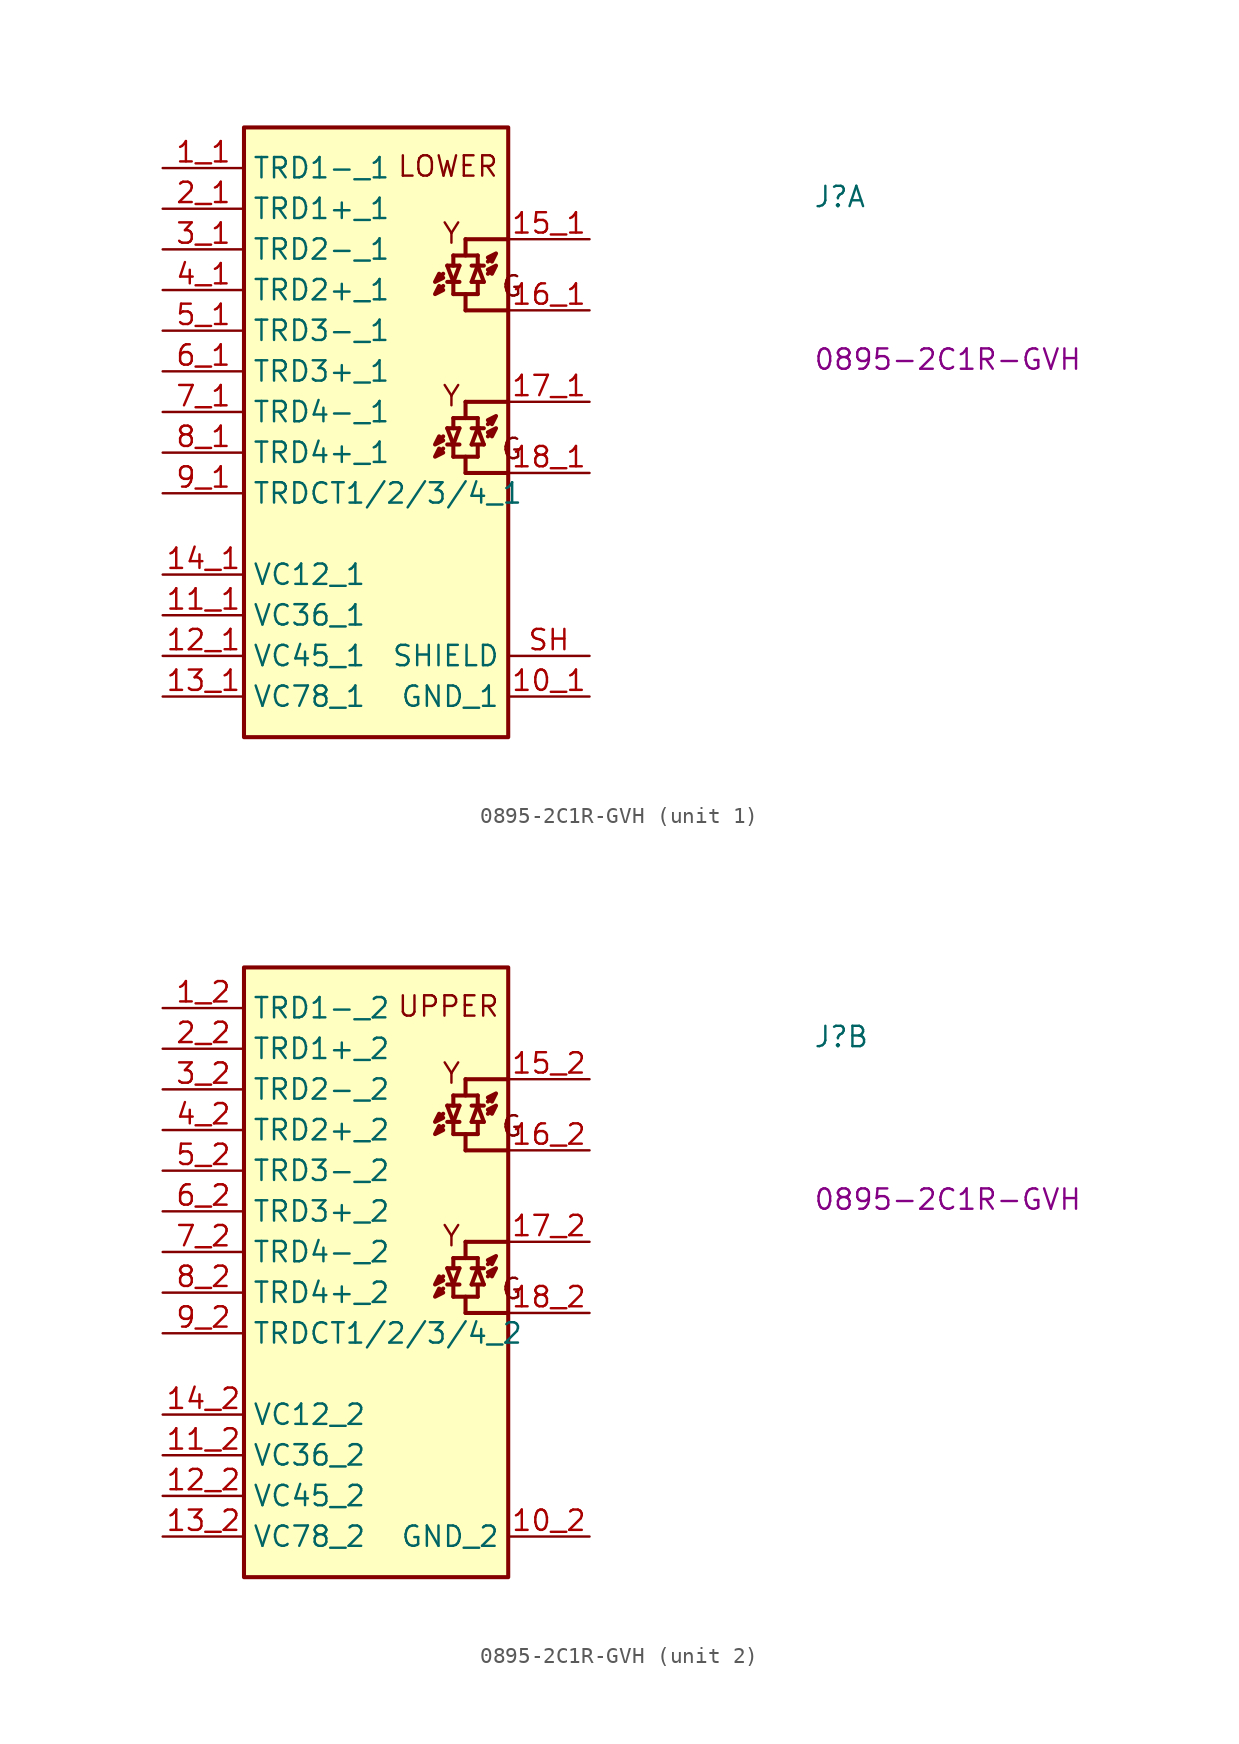
<source format=kicad_sym>
(kicad_symbol_lib
  (version 20220914)
  (generator kicad_symbol_editor)
  (symbol "0895-2C1R-GVH"
    (property "Reference" "J"
      (at 40.64 -2.54 0)
      (effects (font (size 1.27 1.27) (thickness 0.15)) (justify left bottom)))
    (property "MPN" "0895-2C1R-GVH"
      (at 40.64 -12.7 0)
      (effects (font (size 1.27 1.27) (thickness 0.15)) (justify left bottom)))
    (symbol "0895-2C1R-GVH_1_1"
      (polyline (pts (xy 17.526 -17.526) (xy 17.272 -17.78)) (stroke (width 0.254) (type default)) (fill (type background)))
      (polyline (pts (xy 17.526 -16.764) (xy 17.272 -17.018)) (stroke (width 0.254) (type default)) (fill (type background)))
      (polyline (pts (xy 17.526 -7.366) (xy 17.272 -7.62)) (stroke (width 0.254) (type default)) (fill (type background)))
      (polyline (pts (xy 17.526 -6.604) (xy 17.272 -6.858)) (stroke (width 0.254) (type default)) (fill (type background)))
      (polyline (pts (xy 17.78 -17.272) (xy 18.161 -17.272)) (stroke (width 0.254) (type default)) (fill (type background)))
      (polyline (pts (xy 17.78 -16.256) (xy 18.161 -17.272)) (stroke (width 0.254) (type default)) (fill (type background)))
      (polyline (pts (xy 17.78 -16.256) (xy 18.542 -16.256)) (stroke (width 0.254) (type default)) (fill (type background)))
      (polyline (pts (xy 17.78 -7.112) (xy 18.161 -7.112)) (stroke (width 0.254) (type default)) (fill (type background)))
      (polyline (pts (xy 17.78 -6.096) (xy 18.161 -7.112)) (stroke (width 0.254) (type default)) (fill (type background)))
      (polyline (pts (xy 17.78 -6.096) (xy 18.542 -6.096)) (stroke (width 0.254) (type default)) (fill (type background)))
      (polyline (pts (xy 18.034 -17.272) (xy 18.542 -17.272)) (stroke (width 0.254) (type default)) (fill (type background)))
      (polyline (pts (xy 18.034 -7.112) (xy 18.542 -7.112)) (stroke (width 0.254) (type default)) (fill (type background)))
      (polyline (pts (xy 18.161 -18.034) (xy 19.685 -18.034)) (stroke (width 0.254) (type default)) (fill (type background)))
      (polyline (pts (xy 18.161 -17.399) (xy 18.161 -18.034)) (stroke (width 0.254) (type default)) (fill (type background)))
      (polyline (pts (xy 18.161 -17.272) (xy 18.542 -16.256)) (stroke (width 0.254) (type default)) (fill (type background)))
      (polyline (pts (xy 18.161 -16.256) (xy 18.161 -15.621)) (stroke (width 0.254) (type default)) (fill (type background)))
      (polyline (pts (xy 18.161 -7.874) (xy 19.685 -7.874)) (stroke (width 0.254) (type default)) (fill (type background)))
      (polyline (pts (xy 18.161 -7.239) (xy 18.161 -7.874)) (stroke (width 0.254) (type default)) (fill (type background)))
      (polyline (pts (xy 18.161 -7.112) (xy 18.542 -6.096)) (stroke (width 0.254) (type default)) (fill (type background)))
      (polyline (pts (xy 18.161 -6.096) (xy 18.161 -5.461)) (stroke (width 0.254) (type default)) (fill (type background)))
      (polyline (pts (xy 18.923 -19.05) (xy 18.923 -18.034)) (stroke (width 0.254) (type default)) (fill (type background)))
      (polyline (pts (xy 18.923 -19.05) (xy 21.59 -19.05)) (stroke (width 0.254) (type default)) (fill (type background)))
      (polyline (pts (xy 18.923 -15.621) (xy 18.923 -14.605)) (stroke (width 0.254) (type default)) (fill (type background)))
      (polyline (pts (xy 18.923 -14.605) (xy 21.59 -14.605)) (stroke (width 0.254) (type default)) (fill (type background)))
      (polyline (pts (xy 18.923 -8.89) (xy 18.923 -7.874)) (stroke (width 0.254) (type default)) (fill (type background)))
      (polyline (pts (xy 18.923 -8.89) (xy 21.59 -8.89)) (stroke (width 0.254) (type default)) (fill (type background)))
      (polyline (pts (xy 18.923 -5.461) (xy 18.923 -4.445)) (stroke (width 0.254) (type default)) (fill (type background)))
      (polyline (pts (xy 18.923 -4.445) (xy 21.59 -4.445)) (stroke (width 0.254) (type default)) (fill (type background)))
      (polyline (pts (xy 19.685 -17.399) (xy 19.685 -18.034)) (stroke (width 0.254) (type default)) (fill (type background)))
      (polyline (pts (xy 19.685 -16.256) (xy 19.304 -17.272)) (stroke (width 0.254) (type default)) (fill (type background)))
      (polyline (pts (xy 19.685 -16.256) (xy 19.685 -15.621)) (stroke (width 0.254) (type default)) (fill (type background)))
      (polyline (pts (xy 19.685 -15.621) (xy 18.161 -15.621)) (stroke (width 0.254) (type default)) (fill (type background)))
      (polyline (pts (xy 19.685 -7.239) (xy 19.685 -7.874)) (stroke (width 0.254) (type default)) (fill (type background)))
      (polyline (pts (xy 19.685 -6.096) (xy 19.304 -7.112)) (stroke (width 0.254) (type default)) (fill (type background)))
      (polyline (pts (xy 19.685 -6.096) (xy 19.685 -5.461)) (stroke (width 0.254) (type default)) (fill (type background)))
      (polyline (pts (xy 19.685 -5.461) (xy 18.161 -5.461)) (stroke (width 0.254) (type default)) (fill (type background)))
      (polyline (pts (xy 19.812 -16.256) (xy 19.304 -16.256)) (stroke (width 0.254) (type default)) (fill (type background)))
      (polyline (pts (xy 19.812 -6.096) (xy 19.304 -6.096)) (stroke (width 0.254) (type default)) (fill (type background)))
      (polyline (pts (xy 20.066 -17.272) (xy 19.304 -17.272)) (stroke (width 0.254) (type default)) (fill (type background)))
      (polyline (pts (xy 20.066 -17.272) (xy 19.685 -16.256)) (stroke (width 0.254) (type default)) (fill (type background)))
      (polyline (pts (xy 20.066 -16.256) (xy 19.685 -16.256)) (stroke (width 0.254) (type default)) (fill (type background)))
      (polyline (pts (xy 20.066 -7.112) (xy 19.304 -7.112)) (stroke (width 0.254) (type default)) (fill (type background)))
      (polyline (pts (xy 20.066 -7.112) (xy 19.685 -6.096)) (stroke (width 0.254) (type default)) (fill (type background)))
      (polyline (pts (xy 20.066 -6.096) (xy 19.685 -6.096)) (stroke (width 0.254) (type default)) (fill (type background)))
      (polyline (pts (xy 20.32 -16.764) (xy 20.574 -16.51)) (stroke (width 0.254) (type default)) (fill (type background)))
      (polyline (pts (xy 20.32 -16.002) (xy 20.574 -15.748)) (stroke (width 0.254) (type default)) (fill (type background)))
      (polyline (pts (xy 20.32 -6.604) (xy 20.574 -6.35)) (stroke (width 0.254) (type default)) (fill (type background)))
      (polyline (pts (xy 20.32 -5.842) (xy 20.574 -5.588)) (stroke (width 0.254) (type default)) (fill (type background)))
      (polyline (pts (xy 17.018 -18.034) (xy 17.526 -17.78) (xy 17.272 -17.526) (xy 17.018 -18.034)) (stroke (width 0.254) (type default)) (fill (type background)))
      (polyline (pts (xy 17.018 -17.272) (xy 17.526 -17.018) (xy 17.272 -16.764) (xy 17.018 -17.272)) (stroke (width 0.254) (type default)) (fill (type background)))
      (polyline (pts (xy 17.018 -7.874) (xy 17.526 -7.62) (xy 17.272 -7.366) (xy 17.018 -7.874)) (stroke (width 0.254) (type default)) (fill (type background)))
      (polyline (pts (xy 17.018 -7.112) (xy 17.526 -6.858) (xy 17.272 -6.604) (xy 17.018 -7.112)) (stroke (width 0.254) (type default)) (fill (type background)))
      (polyline (pts (xy 20.828 -16.256) (xy 20.32 -16.51) (xy 20.574 -16.764) (xy 20.828 -16.256)) (stroke (width 0.254) (type default)) (fill (type background)))
      (polyline (pts (xy 20.828 -15.494) (xy 20.32 -15.748) (xy 20.574 -16.002) (xy 20.828 -15.494)) (stroke (width 0.254) (type default)) (fill (type background)))
      (polyline (pts (xy 20.828 -6.096) (xy 20.32 -6.35) (xy 20.574 -6.604) (xy 20.828 -6.096)) (stroke (width 0.254) (type default)) (fill (type background)))
      (polyline (pts (xy 20.828 -5.334) (xy 20.32 -5.588) (xy 20.574 -5.842) (xy 20.828 -5.334)) (stroke (width 0.254) (type default)) (fill (type background)))
      (rectangle (start 5.08 2.54) (end 21.59 -35.56) (stroke (width 0.254) (type default)) (fill (type background)))
      (text "G" (at 21.082 -18.288 0) (effects (font (size 1.27 1.27) (thickness 0.15)) (justify left bottom)))
      (text "G" (at 21.082 -8.128 0) (effects (font (size 1.27 1.27) (thickness 0.15)) (justify left bottom)))
      (text "LOWER" (at 14.605 -0.635 0) (effects (font (size 1.27 1.27) (thickness 0.15)) (justify left bottom)))
      (text "Y" (at 17.399 -14.986 0) (effects (font (size 1.27 1.27) (thickness 0.15)) (justify left bottom)))
      (text "Y" (at 17.399 -4.826 0) (effects (font (size 1.27 1.27) (thickness 0.15)) (justify left bottom)))
      (pin power_in line (at 26.67 -33.02 180) (length 5.08) (name "GND_1" (effects (font (size 1.27 1.27)))) (number "10_1" (effects (font (size 1.27 1.27)))))
      (pin passive line (at 0 -27.94 0) (length 5.08) (name "VC36_1" (effects (font (size 1.27 1.27)))) (number "11_1" (effects (font (size 1.27 1.27)))))
      (pin passive line (at 0 -30.48 0) (length 5.08) (name "VC45_1" (effects (font (size 1.27 1.27)))) (number "12_1" (effects (font (size 1.27 1.27)))))
      (pin passive line (at 0 -33.02 0) (length 5.08) (name "VC78_1" (effects (font (size 1.27 1.27)))) (number "13_1" (effects (font (size 1.27 1.27)))))
      (pin passive line (at 0 -25.4 0) (length 5.08) (name "VC12_1" (effects (font (size 1.27 1.27)))) (number "14_1" (effects (font (size 1.27 1.27)))))
      (pin passive line (at 26.67 -4.445 180) (length 5.08) (name "~" (effects (font (size 1.27 1.27)))) (number "15_1" (effects (font (size 1.27 1.27)))))
      (pin passive line (at 26.67 -8.89 180) (length 5.08) (name "~" (effects (font (size 1.27 1.27)))) (number "16_1" (effects (font (size 1.27 1.27)))))
      (pin passive line (at 26.67 -14.605 180) (length 5.08) (name "~" (effects (font (size 1.27 1.27)))) (number "17_1" (effects (font (size 1.27 1.27)))))
      (pin passive line (at 26.67 -19.05 180) (length 5.08) (name "~" (effects (font (size 1.27 1.27)))) (number "18_1" (effects (font (size 1.27 1.27)))))
      (pin passive line (at 0 0 0) (length 5.08) (name "TRD1-_1" (effects (font (size 1.27 1.27)))) (number "1_1" (effects (font (size 1.27 1.27)))))
      (pin passive line (at 0 -2.54 0) (length 5.08) (name "TRD1+_1" (effects (font (size 1.27 1.27)))) (number "2_1" (effects (font (size 1.27 1.27)))))
      (pin passive line (at 0 -5.08 0) (length 5.08) (name "TRD2-_1" (effects (font (size 1.27 1.27)))) (number "3_1" (effects (font (size 1.27 1.27)))))
      (pin passive line (at 0 -7.62 0) (length 5.08) (name "TRD2+_1" (effects (font (size 1.27 1.27)))) (number "4_1" (effects (font (size 1.27 1.27)))))
      (pin passive line (at 0 -10.16 0) (length 5.08) (name "TRD3-_1" (effects (font (size 1.27 1.27)))) (number "5_1" (effects (font (size 1.27 1.27)))))
      (pin passive line (at 0 -12.7 0) (length 5.08) (name "TRD3+_1" (effects (font (size 1.27 1.27)))) (number "6_1" (effects (font (size 1.27 1.27)))))
      (pin passive line (at 0 -15.24 0) (length 5.08) (name "TRD4-_1" (effects (font (size 1.27 1.27)))) (number "7_1" (effects (font (size 1.27 1.27)))))
      (pin passive line (at 0 -17.78 0) (length 5.08) (name "TRD4+_1" (effects (font (size 1.27 1.27)))) (number "8_1" (effects (font (size 1.27 1.27)))))
      (pin passive line (at 0 -20.32 0) (length 5.08) (name "TRDCT1/2/3/4_1" (effects (font (size 1.27 1.27)))) (number "9_1" (effects (font (size 1.27 1.27)))))
      (pin passive line (at 26.67 -30.48 180) (length 5.08) (name "SHIELD" (effects (font (size 1.27 1.27)))) (number "SH" (effects (font (size 1.27 1.27)))))
      (pin passive line (at 26.67 -30.48 180) (length 5.08) hide (name "SHIELD" (effects (font (size 1.27 1.27)))) (number "SH" (effects (font (size 1.27 1.27)))))
      (pin passive line (at 26.67 -30.48 180) (length 5.08) hide (name "SHIELD" (effects (font (size 1.27 1.27)))) (number "SH" (effects (font (size 1.27 1.27)))))
      (pin passive line (at 26.67 -30.48 180) (length 5.08) hide (name "SHIELD" (effects (font (size 1.27 1.27)))) (number "SH" (effects (font (size 1.27 1.27)))))
      (pin passive line (at 26.67 -30.48 180) (length 5.08) hide (name "SHIELD" (effects (font (size 1.27 1.27)))) (number "SH" (effects (font (size 1.27 1.27)))))
      (pin passive line (at 26.67 -30.48 180) (length 5.08) hide (name "SHIELD" (effects (font (size 1.27 1.27)))) (number "SH" (effects (font (size 1.27 1.27))))))
    (symbol "0895-2C1R-GVH_2_1"
      (polyline (pts (xy 17.526 -17.526) (xy 17.272 -17.78)) (stroke (width 0.254) (type default)) (fill (type background)))
      (polyline (pts (xy 17.526 -16.764) (xy 17.272 -17.018)) (stroke (width 0.254) (type default)) (fill (type background)))
      (polyline (pts (xy 17.526 -7.366) (xy 17.272 -7.62)) (stroke (width 0.254) (type default)) (fill (type background)))
      (polyline (pts (xy 17.526 -6.604) (xy 17.272 -6.858)) (stroke (width 0.254) (type default)) (fill (type background)))
      (polyline (pts (xy 17.78 -17.272) (xy 18.161 -17.272)) (stroke (width 0.254) (type default)) (fill (type background)))
      (polyline (pts (xy 17.78 -16.256) (xy 18.161 -17.272)) (stroke (width 0.254) (type default)) (fill (type background)))
      (polyline (pts (xy 17.78 -16.256) (xy 18.542 -16.256)) (stroke (width 0.254) (type default)) (fill (type background)))
      (polyline (pts (xy 17.78 -7.112) (xy 18.161 -7.112)) (stroke (width 0.254) (type default)) (fill (type background)))
      (polyline (pts (xy 17.78 -6.096) (xy 18.161 -7.112)) (stroke (width 0.254) (type default)) (fill (type background)))
      (polyline (pts (xy 17.78 -6.096) (xy 18.542 -6.096)) (stroke (width 0.254) (type default)) (fill (type background)))
      (polyline (pts (xy 18.034 -17.272) (xy 18.542 -17.272)) (stroke (width 0.254) (type default)) (fill (type background)))
      (polyline (pts (xy 18.034 -7.112) (xy 18.542 -7.112)) (stroke (width 0.254) (type default)) (fill (type background)))
      (polyline (pts (xy 18.161 -18.034) (xy 19.685 -18.034)) (stroke (width 0.254) (type default)) (fill (type background)))
      (polyline (pts (xy 18.161 -17.399) (xy 18.161 -18.034)) (stroke (width 0.254) (type default)) (fill (type background)))
      (polyline (pts (xy 18.161 -17.272) (xy 18.542 -16.256)) (stroke (width 0.254) (type default)) (fill (type background)))
      (polyline (pts (xy 18.161 -16.256) (xy 18.161 -15.621)) (stroke (width 0.254) (type default)) (fill (type background)))
      (polyline (pts (xy 18.161 -7.874) (xy 19.685 -7.874)) (stroke (width 0.254) (type default)) (fill (type background)))
      (polyline (pts (xy 18.161 -7.239) (xy 18.161 -7.874)) (stroke (width 0.254) (type default)) (fill (type background)))
      (polyline (pts (xy 18.161 -7.112) (xy 18.542 -6.096)) (stroke (width 0.254) (type default)) (fill (type background)))
      (polyline (pts (xy 18.161 -6.096) (xy 18.161 -5.461)) (stroke (width 0.254) (type default)) (fill (type background)))
      (polyline (pts (xy 18.923 -19.05) (xy 18.923 -18.034)) (stroke (width 0.254) (type default)) (fill (type background)))
      (polyline (pts (xy 18.923 -19.05) (xy 21.59 -19.05)) (stroke (width 0.254) (type default)) (fill (type background)))
      (polyline (pts (xy 18.923 -15.621) (xy 18.923 -14.605)) (stroke (width 0.254) (type default)) (fill (type background)))
      (polyline (pts (xy 18.923 -14.605) (xy 21.59 -14.605)) (stroke (width 0.254) (type default)) (fill (type background)))
      (polyline (pts (xy 18.923 -8.89) (xy 18.923 -7.874)) (stroke (width 0.254) (type default)) (fill (type background)))
      (polyline (pts (xy 18.923 -8.89) (xy 21.59 -8.89)) (stroke (width 0.254) (type default)) (fill (type background)))
      (polyline (pts (xy 18.923 -5.461) (xy 18.923 -4.445)) (stroke (width 0.254) (type default)) (fill (type background)))
      (polyline (pts (xy 18.923 -4.445) (xy 21.59 -4.445)) (stroke (width 0.254) (type default)) (fill (type background)))
      (polyline (pts (xy 19.685 -17.399) (xy 19.685 -18.034)) (stroke (width 0.254) (type default)) (fill (type background)))
      (polyline (pts (xy 19.685 -16.256) (xy 19.304 -17.272)) (stroke (width 0.254) (type default)) (fill (type background)))
      (polyline (pts (xy 19.685 -16.256) (xy 19.685 -15.621)) (stroke (width 0.254) (type default)) (fill (type background)))
      (polyline (pts (xy 19.685 -15.621) (xy 18.161 -15.621)) (stroke (width 0.254) (type default)) (fill (type background)))
      (polyline (pts (xy 19.685 -7.239) (xy 19.685 -7.874)) (stroke (width 0.254) (type default)) (fill (type background)))
      (polyline (pts (xy 19.685 -6.096) (xy 19.304 -7.112)) (stroke (width 0.254) (type default)) (fill (type background)))
      (polyline (pts (xy 19.685 -6.096) (xy 19.685 -5.461)) (stroke (width 0.254) (type default)) (fill (type background)))
      (polyline (pts (xy 19.685 -5.461) (xy 18.161 -5.461)) (stroke (width 0.254) (type default)) (fill (type background)))
      (polyline (pts (xy 19.812 -16.256) (xy 19.304 -16.256)) (stroke (width 0.254) (type default)) (fill (type background)))
      (polyline (pts (xy 19.812 -6.096) (xy 19.304 -6.096)) (stroke (width 0.254) (type default)) (fill (type background)))
      (polyline (pts (xy 20.066 -17.272) (xy 19.304 -17.272)) (stroke (width 0.254) (type default)) (fill (type background)))
      (polyline (pts (xy 20.066 -17.272) (xy 19.685 -16.256)) (stroke (width 0.254) (type default)) (fill (type background)))
      (polyline (pts (xy 20.066 -16.256) (xy 19.685 -16.256)) (stroke (width 0.254) (type default)) (fill (type background)))
      (polyline (pts (xy 20.066 -7.112) (xy 19.304 -7.112)) (stroke (width 0.254) (type default)) (fill (type background)))
      (polyline (pts (xy 20.066 -7.112) (xy 19.685 -6.096)) (stroke (width 0.254) (type default)) (fill (type background)))
      (polyline (pts (xy 20.066 -6.096) (xy 19.685 -6.096)) (stroke (width 0.254) (type default)) (fill (type background)))
      (polyline (pts (xy 20.32 -16.764) (xy 20.574 -16.51)) (stroke (width 0.254) (type default)) (fill (type background)))
      (polyline (pts (xy 20.32 -16.002) (xy 20.574 -15.748)) (stroke (width 0.254) (type default)) (fill (type background)))
      (polyline (pts (xy 20.32 -6.604) (xy 20.574 -6.35)) (stroke (width 0.254) (type default)) (fill (type background)))
      (polyline (pts (xy 20.32 -5.842) (xy 20.574 -5.588)) (stroke (width 0.254) (type default)) (fill (type background)))
      (polyline (pts (xy 17.018 -18.034) (xy 17.526 -17.78) (xy 17.272 -17.526) (xy 17.018 -18.034)) (stroke (width 0.254) (type default)) (fill (type background)))
      (polyline (pts (xy 17.018 -17.272) (xy 17.526 -17.018) (xy 17.272 -16.764) (xy 17.018 -17.272)) (stroke (width 0.254) (type default)) (fill (type background)))
      (polyline (pts (xy 17.018 -7.874) (xy 17.526 -7.62) (xy 17.272 -7.366) (xy 17.018 -7.874)) (stroke (width 0.254) (type default)) (fill (type background)))
      (polyline (pts (xy 17.018 -7.112) (xy 17.526 -6.858) (xy 17.272 -6.604) (xy 17.018 -7.112)) (stroke (width 0.254) (type default)) (fill (type background)))
      (polyline (pts (xy 20.828 -16.256) (xy 20.32 -16.51) (xy 20.574 -16.764) (xy 20.828 -16.256)) (stroke (width 0.254) (type default)) (fill (type background)))
      (polyline (pts (xy 20.828 -15.494) (xy 20.32 -15.748) (xy 20.574 -16.002) (xy 20.828 -15.494)) (stroke (width 0.254) (type default)) (fill (type background)))
      (polyline (pts (xy 20.828 -6.096) (xy 20.32 -6.35) (xy 20.574 -6.604) (xy 20.828 -6.096)) (stroke (width 0.254) (type default)) (fill (type background)))
      (polyline (pts (xy 20.828 -5.334) (xy 20.32 -5.588) (xy 20.574 -5.842) (xy 20.828 -5.334)) (stroke (width 0.254) (type default)) (fill (type background)))
      (rectangle (start 5.08 2.54) (end 21.59 -35.56) (stroke (width 0.254) (type default)) (fill (type background)))
      (text "G" (at 21.082 -18.288 0) (effects (font (size 1.27 1.27) (thickness 0.15)) (justify left bottom)))
      (text "G" (at 21.082 -8.128 0) (effects (font (size 1.27 1.27) (thickness 0.15)) (justify left bottom)))
      (text "UPPER" (at 14.605 -0.635 0) (effects (font (size 1.27 1.27) (thickness 0.15)) (justify left bottom)))
      (text "Y" (at 17.399 -14.986 0) (effects (font (size 1.27 1.27) (thickness 0.15)) (justify left bottom)))
      (text "Y" (at 17.399 -4.826 0) (effects (font (size 1.27 1.27) (thickness 0.15)) (justify left bottom)))
      (pin passive line (at 26.67 -33.02 180) (length 5.08) (name "GND_2" (effects (font (size 1.27 1.27)))) (number "10_2" (effects (font (size 1.27 1.27)))))
      (pin passive line (at 0 -27.94 0) (length 5.08) (name "VC36_2" (effects (font (size 1.27 1.27)))) (number "11_2" (effects (font (size 1.27 1.27)))))
      (pin passive line (at 0 -30.48 0) (length 5.08) (name "VC45_2" (effects (font (size 1.27 1.27)))) (number "12_2" (effects (font (size 1.27 1.27)))))
      (pin passive line (at 0 -33.02 0) (length 5.08) (name "VC78_2" (effects (font (size 1.27 1.27)))) (number "13_2" (effects (font (size 1.27 1.27)))))
      (pin passive line (at 0 -25.4 0) (length 5.08) (name "VC12_2" (effects (font (size 1.27 1.27)))) (number "14_2" (effects (font (size 1.27 1.27)))))
      (pin passive line (at 26.67 -4.445 180) (length 5.08) (name "~" (effects (font (size 1.27 1.27)))) (number "15_2" (effects (font (size 1.27 1.27)))))
      (pin passive line (at 26.67 -8.89 180) (length 5.08) (name "~" (effects (font (size 1.27 1.27)))) (number "16_2" (effects (font (size 1.27 1.27)))))
      (pin passive line (at 26.67 -14.605 180) (length 5.08) (name "~" (effects (font (size 1.27 1.27)))) (number "17_2" (effects (font (size 1.27 1.27)))))
      (pin passive line (at 26.67 -19.05 180) (length 5.08) (name "~" (effects (font (size 1.27 1.27)))) (number "18_2" (effects (font (size 1.27 1.27)))))
      (pin passive line (at 0 0 0) (length 5.08) (name "TRD1-_2" (effects (font (size 1.27 1.27)))) (number "1_2" (effects (font (size 1.27 1.27)))))
      (pin passive line (at 0 -2.54 0) (length 5.08) (name "TRD1+_2" (effects (font (size 1.27 1.27)))) (number "2_2" (effects (font (size 1.27 1.27)))))
      (pin passive line (at 0 -5.08 0) (length 5.08) (name "TRD2-_2" (effects (font (size 1.27 1.27)))) (number "3_2" (effects (font (size 1.27 1.27)))))
      (pin passive line (at 0 -7.62 0) (length 5.08) (name "TRD2+_2" (effects (font (size 1.27 1.27)))) (number "4_2" (effects (font (size 1.27 1.27)))))
      (pin passive line (at 0 -10.16 0) (length 5.08) (name "TRD3-_2" (effects (font (size 1.27 1.27)))) (number "5_2" (effects (font (size 1.27 1.27)))))
      (pin passive line (at 0 -12.7 0) (length 5.08) (name "TRD3+_2" (effects (font (size 1.27 1.27)))) (number "6_2" (effects (font (size 1.27 1.27)))))
      (pin passive line (at 0 -15.24 0) (length 5.08) (name "TRD4-_2" (effects (font (size 1.27 1.27)))) (number "7_2" (effects (font (size 1.27 1.27)))))
      (pin passive line (at 0 -17.78 0) (length 5.08) (name "TRD4+_2" (effects (font (size 1.27 1.27)))) (number "8_2" (effects (font (size 1.27 1.27)))))
      (pin passive line (at 0 -20.32 0) (length 5.08) (name "TRDCT1/2/3/4_2" (effects (font (size 1.27 1.27)))) (number "9_2" (effects (font (size 1.27 1.27))))))))
</source>
